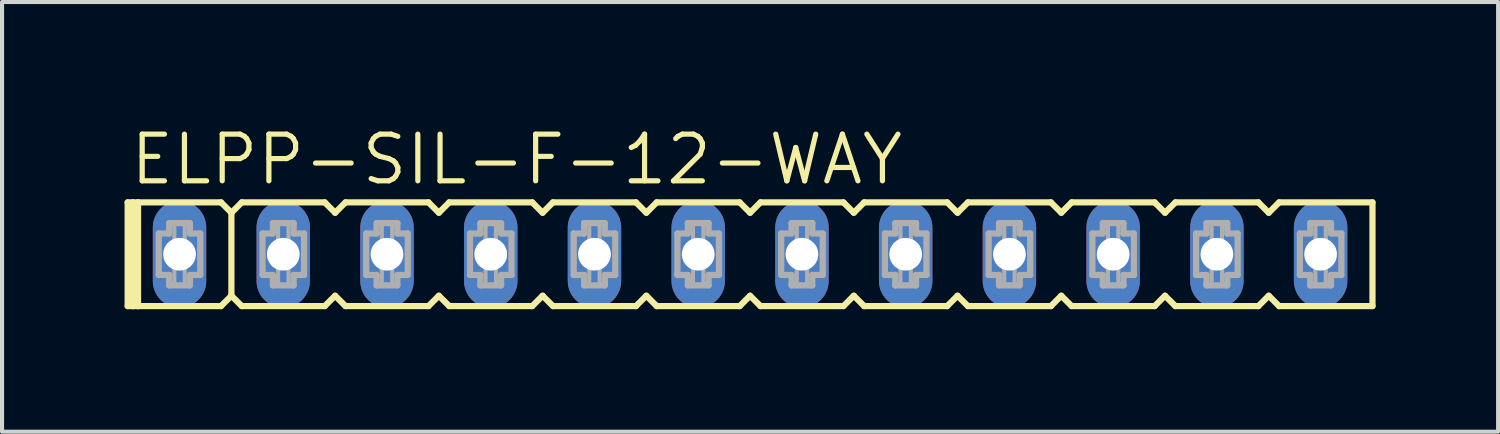
<source format=kicad_pcb>
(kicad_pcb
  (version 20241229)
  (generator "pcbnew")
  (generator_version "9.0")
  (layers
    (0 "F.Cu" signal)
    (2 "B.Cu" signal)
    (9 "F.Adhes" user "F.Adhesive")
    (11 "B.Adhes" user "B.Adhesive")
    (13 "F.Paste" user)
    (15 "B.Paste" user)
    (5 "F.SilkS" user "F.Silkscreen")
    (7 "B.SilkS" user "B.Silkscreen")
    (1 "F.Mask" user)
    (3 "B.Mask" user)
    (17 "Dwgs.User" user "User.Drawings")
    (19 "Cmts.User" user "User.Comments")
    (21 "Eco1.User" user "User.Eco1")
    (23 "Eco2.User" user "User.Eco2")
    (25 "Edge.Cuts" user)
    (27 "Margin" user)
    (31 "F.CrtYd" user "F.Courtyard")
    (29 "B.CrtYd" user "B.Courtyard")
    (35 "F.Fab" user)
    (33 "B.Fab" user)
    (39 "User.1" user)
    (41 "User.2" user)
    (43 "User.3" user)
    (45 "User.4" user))
  (footprint "ELPP-SIL-F-12-WAY"
    (layer "F.Cu")
    (at 15.316 3.175)
    (property "Reference" "ELPP-SIL-F-12-WAY" (at -15.24 -1.651 0) (unlocked yes) (layer "F.SilkS") (effects (font (size 1.143 1.143) (thickness 0.127)) (justify left bottom)))
    (fp_line (start -15.24 -1.27) (end -15.24 1.27) (stroke (width 0.152) (type solid)) (layer "F.SilkS"))
    (fp_line (start -15.24 1.27) (end -15.113 1.27) (stroke (width 0.152) (type solid)) (layer "F.SilkS"))
    (fp_line (start -15.113 -1.27) (end -15.24 -1.27) (stroke (width 0.152) (type solid)) (layer "F.SilkS"))
    (fp_line (start -15.113 -1.27) (end -15.113 1.27) (stroke (width 0.152) (type solid)) (layer "F.SilkS"))
    (fp_line (start -15.113 1.27) (end -14.986 1.27) (stroke (width 0.152) (type solid)) (layer "F.SilkS"))
    (fp_line (start -14.986 -1.27) (end -15.113 -1.27) (stroke (width 0.152) (type solid)) (layer "F.SilkS"))
    (fp_line (start -14.986 -1.27) (end -14.986 1.27) (stroke (width 0.152) (type solid)) (layer "F.SilkS"))
    (fp_line (start -14.986 1.27) (end -12.954 1.27) (stroke (width 0.152) (type solid)) (layer "F.SilkS"))
    (fp_line (start -12.954 -1.27) (end -14.986 -1.27) (stroke (width 0.152) (type solid)) (layer "F.SilkS"))
    (fp_line (start -12.954 1.27) (end -12.7 1.016) (stroke (width 0.152) (type solid)) (layer "F.SilkS"))
    (fp_line (start -12.7 -1.016) (end -12.954 -1.27) (stroke (width 0.152) (type solid)) (layer "F.SilkS"))
    (fp_line (start -12.7 -1.016) (end -12.7 1.016) (stroke (width 0.152) (type solid)) (layer "F.SilkS"))
    (fp_line (start -12.7 1.016) (end -12.446 1.27) (stroke (width 0.152) (type solid)) (layer "F.SilkS"))
    (fp_line (start -12.446 -1.27) (end -12.7 -1.016) (stroke (width 0.152) (type solid)) (layer "F.SilkS"))
    (fp_line (start -12.446 1.27) (end -10.414 1.27) (stroke (width 0.152) (type solid)) (layer "F.SilkS"))
    (fp_line (start -10.414 -1.27) (end -12.446 -1.27) (stroke (width 0.152) (type solid)) (layer "F.SilkS"))
    (fp_line (start -10.414 1.27) (end -10.16 1.016) (stroke (width 0.152) (type solid)) (layer "F.SilkS"))
    (fp_line (start -10.16 -1.016) (end -10.414 -1.27) (stroke (width 0.152) (type solid)) (layer "F.SilkS"))
    (fp_line (start -10.16 1.016) (end -9.906 1.27) (stroke (width 0.152) (type solid)) (layer "F.SilkS"))
    (fp_line (start -9.906 -1.27) (end -10.16 -1.016) (stroke (width 0.152) (type solid)) (layer "F.SilkS"))
    (fp_line (start -9.906 1.27) (end -7.874 1.27) (stroke (width 0.152) (type solid)) (layer "F.SilkS"))
    (fp_line (start -7.874 -1.27) (end -9.906 -1.27) (stroke (width 0.152) (type solid)) (layer "F.SilkS"))
    (fp_line (start -7.874 1.27) (end -7.62 1.016) (stroke (width 0.152) (type solid)) (layer "F.SilkS"))
    (fp_line (start -7.62 -1.016) (end -7.874 -1.27) (stroke (width 0.152) (type solid)) (layer "F.SilkS"))
    (fp_line (start -7.62 1.016) (end -7.366 1.27) (stroke (width 0.152) (type solid)) (layer "F.SilkS"))
    (fp_line (start -7.366 -1.27) (end -7.62 -1.016) (stroke (width 0.152) (type solid)) (layer "F.SilkS"))
    (fp_line (start -7.366 1.27) (end -5.334 1.27) (stroke (width 0.152) (type solid)) (layer "F.SilkS"))
    (fp_line (start -5.334 -1.27) (end -7.366 -1.27) (stroke (width 0.152) (type solid)) (layer "F.SilkS"))
    (fp_line (start -5.334 1.27) (end -5.08 1.016) (stroke (width 0.152) (type solid)) (layer "F.SilkS"))
    (fp_line (start -5.08 -1.016) (end -5.334 -1.27) (stroke (width 0.152) (type solid)) (layer "F.SilkS"))
    (fp_line (start -5.08 1.016) (end -4.826 1.27) (stroke (width 0.152) (type solid)) (layer "F.SilkS"))
    (fp_line (start -4.826 -1.27) (end -5.08 -1.016) (stroke (width 0.152) (type solid)) (layer "F.SilkS"))
    (fp_line (start -4.826 1.27) (end -2.794 1.27) (stroke (width 0.152) (type solid)) (layer "F.SilkS"))
    (fp_line (start -2.794 -1.27) (end -4.826 -1.27) (stroke (width 0.152) (type solid)) (layer "F.SilkS"))
    (fp_line (start -2.794 1.27) (end -2.54 1.016) (stroke (width 0.152) (type solid)) (layer "F.SilkS"))
    (fp_line (start -2.54 -1.016) (end -2.794 -1.27) (stroke (width 0.152) (type solid)) (layer "F.SilkS"))
    (fp_line (start -2.54 1.016) (end -2.286 1.27) (stroke (width 0.152) (type solid)) (layer "F.SilkS"))
    (fp_line (start -2.286 -1.27) (end -2.54 -1.016) (stroke (width 0.152) (type solid)) (layer "F.SilkS"))
    (fp_line (start -2.286 1.27) (end -0.254 1.27) (stroke (width 0.152) (type solid)) (layer "F.SilkS"))
    (fp_line (start -0.254 -1.27) (end -2.286 -1.27) (stroke (width 0.152) (type solid)) (layer "F.SilkS"))
    (fp_line (start -0.254 1.27) (end 0 1.016) (stroke (width 0.152) (type solid)) (layer "F.SilkS"))
    (fp_line (start 0 -1.016) (end -0.254 -1.27) (stroke (width 0.152) (type solid)) (layer "F.SilkS"))
    (fp_line (start 0 1.016) (end 0.254 1.27) (stroke (width 0.152) (type solid)) (layer "F.SilkS"))
    (fp_line (start 0.254 -1.27) (end 0 -1.016) (stroke (width 0.152) (type solid)) (layer "F.SilkS"))
    (fp_line (start 0.254 1.27) (end 2.286 1.27) (stroke (width 0.152) (type solid)) (layer "F.SilkS"))
    (fp_line (start 2.286 -1.27) (end 0.254 -1.27) (stroke (width 0.152) (type solid)) (layer "F.SilkS"))
    (fp_line (start 2.286 1.27) (end 2.54 1.016) (stroke (width 0.152) (type solid)) (layer "F.SilkS"))
    (fp_line (start 2.54 -1.016) (end 2.286 -1.27) (stroke (width 0.152) (type solid)) (layer "F.SilkS"))
    (fp_line (start 2.54 1.016) (end 2.794 1.27) (stroke (width 0.152) (type solid)) (layer "F.SilkS"))
    (fp_line (start 2.794 -1.27) (end 2.54 -1.016) (stroke (width 0.152) (type solid)) (layer "F.SilkS"))
    (fp_line (start 2.794 1.27) (end 4.826 1.27) (stroke (width 0.152) (type solid)) (layer "F.SilkS"))
    (fp_line (start 4.826 -1.27) (end 2.794 -1.27) (stroke (width 0.152) (type solid)) (layer "F.SilkS"))
    (fp_line (start 4.826 1.27) (end 5.08 1.016) (stroke (width 0.152) (type solid)) (layer "F.SilkS"))
    (fp_line (start 5.08 -1.016) (end 4.826 -1.27) (stroke (width 0.152) (type solid)) (layer "F.SilkS"))
    (fp_line (start 5.08 1.016) (end 5.334 1.27) (stroke (width 0.152) (type solid)) (layer "F.SilkS"))
    (fp_line (start 5.334 -1.27) (end 5.08 -1.016) (stroke (width 0.152) (type solid)) (layer "F.SilkS"))
    (fp_line (start 5.334 1.27) (end 7.366 1.27) (stroke (width 0.152) (type solid)) (layer "F.SilkS"))
    (fp_line (start 7.366 -1.27) (end 5.334 -1.27) (stroke (width 0.152) (type solid)) (layer "F.SilkS"))
    (fp_line (start 7.366 1.27) (end 7.62 1.016) (stroke (width 0.152) (type solid)) (layer "F.SilkS"))
    (fp_line (start 7.62 -1.016) (end 7.366 -1.27) (stroke (width 0.152) (type solid)) (layer "F.SilkS"))
    (fp_line (start 7.62 1.016) (end 7.874 1.27) (stroke (width 0.152) (type solid)) (layer "F.SilkS"))
    (fp_line (start 7.874 -1.27) (end 7.62 -1.016) (stroke (width 0.152) (type solid)) (layer "F.SilkS"))
    (fp_line (start 7.874 1.27) (end 9.906 1.27) (stroke (width 0.152) (type solid)) (layer "F.SilkS"))
    (fp_line (start 9.906 -1.27) (end 7.874 -1.27) (stroke (width 0.152) (type solid)) (layer "F.SilkS"))
    (fp_line (start 9.906 1.27) (end 10.16 1.016) (stroke (width 0.152) (type solid)) (layer "F.SilkS"))
    (fp_line (start 10.16 -1.016) (end 9.906 -1.27) (stroke (width 0.152) (type solid)) (layer "F.SilkS"))
    (fp_line (start 10.16 1.016) (end 10.414 1.27) (stroke (width 0.152) (type solid)) (layer "F.SilkS"))
    (fp_line (start 10.414 -1.27) (end 10.16 -1.016) (stroke (width 0.152) (type solid)) (layer "F.SilkS"))
    (fp_line (start 10.414 1.27) (end 12.446 1.27) (stroke (width 0.152) (type solid)) (layer "F.SilkS"))
    (fp_line (start 12.446 -1.27) (end 10.414 -1.27) (stroke (width 0.152) (type solid)) (layer "F.SilkS"))
    (fp_line (start 12.446 1.27) (end 12.7 1.016) (stroke (width 0.152) (type solid)) (layer "F.SilkS"))
    (fp_line (start 12.7 -1.016) (end 12.446 -1.27) (stroke (width 0.152) (type solid)) (layer "F.SilkS"))
    (fp_line (start 12.7 1.016) (end 12.954 1.27) (stroke (width 0.152) (type solid)) (layer "F.SilkS"))
    (fp_line (start 12.954 -1.27) (end 12.7 -1.016) (stroke (width 0.152) (type solid)) (layer "F.SilkS"))
    (fp_line (start 12.954 1.27) (end 15.24 1.27) (stroke (width 0.152) (type solid)) (layer "F.SilkS"))
    (fp_line (start 15.24 -1.27) (end 12.954 -1.27) (stroke (width 0.152) (type solid)) (layer "F.SilkS"))
    (fp_line (start 15.24 1.27) (end 15.24 -1.27) (stroke (width 0.152) (type solid)) (layer "F.SilkS"))
    (fp_line (start -14.478 -0.508) (end -14.478 0.508) (stroke (width 0.152) (type solid)) (layer "F.Fab"))
    (fp_line (start -14.478 0.508) (end -14.224 0.508) (stroke (width 0.152) (type solid)) (layer "F.Fab"))
    (fp_line (start -14.224 -0.762) (end -14.224 -0.508) (stroke (width 0.152) (type solid)) (layer "F.Fab"))
    (fp_line (start -14.224 -0.508) (end -14.478 -0.508) (stroke (width 0.152) (type solid)) (layer "F.Fab"))
    (fp_line (start -14.224 0.508) (end -14.224 0.762) (stroke (width 0.152) (type solid)) (layer "F.Fab"))
    (fp_line (start -14.224 0.762) (end -13.716 0.762) (stroke (width 0.152) (type solid)) (layer "F.Fab"))
    (fp_line (start -13.716 -0.762) (end -14.224 -0.762) (stroke (width 0.152) (type solid)) (layer "F.Fab"))
    (fp_line (start -13.716 -0.508) (end -13.716 -0.762) (stroke (width 0.152) (type solid)) (layer "F.Fab"))
    (fp_line (start -13.716 0.508) (end -13.462 0.508) (stroke (width 0.152) (type solid)) (layer "F.Fab"))
    (fp_line (start -13.716 0.762) (end -13.716 0.508) (stroke (width 0.152) (type solid)) (layer "F.Fab"))
    (fp_line (start -13.462 -0.508) (end -13.716 -0.508) (stroke (width 0.152) (type solid)) (layer "F.Fab"))
    (fp_line (start -13.462 0.508) (end -13.462 -0.508) (stroke (width 0.152) (type solid)) (layer "F.Fab"))
    (fp_line (start -11.938 -0.508) (end -11.938 0.508) (stroke (width 0.152) (type solid)) (layer "F.Fab"))
    (fp_line (start -11.938 0.508) (end -11.684 0.508) (stroke (width 0.152) (type solid)) (layer "F.Fab"))
    (fp_line (start -11.684 -0.762) (end -11.684 -0.508) (stroke (width 0.152) (type solid)) (layer "F.Fab"))
    (fp_line (start -11.684 -0.508) (end -11.938 -0.508) (stroke (width 0.152) (type solid)) (layer "F.Fab"))
    (fp_line (start -11.684 0.508) (end -11.684 0.762) (stroke (width 0.152) (type solid)) (layer "F.Fab"))
    (fp_line (start -11.684 0.762) (end -11.176 0.762) (stroke (width 0.152) (type solid)) (layer "F.Fab"))
    (fp_line (start -11.176 -0.762) (end -11.684 -0.762) (stroke (width 0.152) (type solid)) (layer "F.Fab"))
    (fp_line (start -11.176 -0.508) (end -11.176 -0.762) (stroke (width 0.152) (type solid)) (layer "F.Fab"))
    (fp_line (start -11.176 0.508) (end -10.922 0.508) (stroke (width 0.152) (type solid)) (layer "F.Fab"))
    (fp_line (start -11.176 0.762) (end -11.176 0.508) (stroke (width 0.152) (type solid)) (layer "F.Fab"))
    (fp_line (start -10.922 -0.508) (end -11.176 -0.508) (stroke (width 0.152) (type solid)) (layer "F.Fab"))
    (fp_line (start -10.922 0.508) (end -10.922 -0.508) (stroke (width 0.152) (type solid)) (layer "F.Fab"))
    (fp_line (start -9.398 -0.508) (end -9.398 0.508) (stroke (width 0.152) (type solid)) (layer "F.Fab"))
    (fp_line (start -9.398 0.508) (end -9.144 0.508) (stroke (width 0.152) (type solid)) (layer "F.Fab"))
    (fp_line (start -9.144 -0.762) (end -9.144 -0.508) (stroke (width 0.152) (type solid)) (layer "F.Fab"))
    (fp_line (start -9.144 -0.508) (end -9.398 -0.508) (stroke (width 0.152) (type solid)) (layer "F.Fab"))
    (fp_line (start -9.144 0.508) (end -9.144 0.762) (stroke (width 0.152) (type solid)) (layer "F.Fab"))
    (fp_line (start -9.144 0.762) (end -8.636 0.762) (stroke (width 0.152) (type solid)) (layer "F.Fab"))
    (fp_line (start -8.636 -0.762) (end -9.144 -0.762) (stroke (width 0.152) (type solid)) (layer "F.Fab"))
    (fp_line (start -8.636 -0.508) (end -8.636 -0.762) (stroke (width 0.152) (type solid)) (layer "F.Fab"))
    (fp_line (start -8.636 0.508) (end -8.382 0.508) (stroke (width 0.152) (type solid)) (layer "F.Fab"))
    (fp_line (start -8.636 0.762) (end -8.636 0.508) (stroke (width 0.152) (type solid)) (layer "F.Fab"))
    (fp_line (start -8.382 -0.508) (end -8.636 -0.508) (stroke (width 0.152) (type solid)) (layer "F.Fab"))
    (fp_line (start -8.382 0.508) (end -8.382 -0.508) (stroke (width 0.152) (type solid)) (layer "F.Fab"))
    (fp_line (start -6.858 -0.508) (end -6.858 0.508) (stroke (width 0.152) (type solid)) (layer "F.Fab"))
    (fp_line (start -6.858 0.508) (end -6.604 0.508) (stroke (width 0.152) (type solid)) (layer "F.Fab"))
    (fp_line (start -6.604 -0.762) (end -6.604 -0.508) (stroke (width 0.152) (type solid)) (layer "F.Fab"))
    (fp_line (start -6.604 -0.508) (end -6.858 -0.508) (stroke (width 0.152) (type solid)) (layer "F.Fab"))
    (fp_line (start -6.604 0.508) (end -6.604 0.762) (stroke (width 0.152) (type solid)) (layer "F.Fab"))
    (fp_line (start -6.604 0.762) (end -6.096 0.762) (stroke (width 0.152) (type solid)) (layer "F.Fab"))
    (fp_line (start -6.096 -0.762) (end -6.604 -0.762) (stroke (width 0.152) (type solid)) (layer "F.Fab"))
    (fp_line (start -6.096 -0.508) (end -6.096 -0.762) (stroke (width 0.152) (type solid)) (layer "F.Fab"))
    (fp_line (start -6.096 0.508) (end -5.842 0.508) (stroke (width 0.152) (type solid)) (layer "F.Fab"))
    (fp_line (start -6.096 0.762) (end -6.096 0.508) (stroke (width 0.152) (type solid)) (layer "F.Fab"))
    (fp_line (start -5.842 -0.508) (end -6.096 -0.508) (stroke (width 0.152) (type solid)) (layer "F.Fab"))
    (fp_line (start -5.842 0.508) (end -5.842 -0.508) (stroke (width 0.152) (type solid)) (layer "F.Fab"))
    (fp_line (start -4.318 -0.508) (end -4.318 0.508) (stroke (width 0.152) (type solid)) (layer "F.Fab"))
    (fp_line (start -4.318 0.508) (end -4.064 0.508) (stroke (width 0.152) (type solid)) (layer "F.Fab"))
    (fp_line (start -4.064 -0.762) (end -4.064 -0.508) (stroke (width 0.152) (type solid)) (layer "F.Fab"))
    (fp_line (start -4.064 -0.508) (end -4.318 -0.508) (stroke (width 0.152) (type solid)) (layer "F.Fab"))
    (fp_line (start -4.064 0.508) (end -4.064 0.762) (stroke (width 0.152) (type solid)) (layer "F.Fab"))
    (fp_line (start -4.064 0.762) (end -3.556 0.762) (stroke (width 0.152) (type solid)) (layer "F.Fab"))
    (fp_line (start -3.556 -0.762) (end -4.064 -0.762) (stroke (width 0.152) (type solid)) (layer "F.Fab"))
    (fp_line (start -3.556 -0.508) (end -3.556 -0.762) (stroke (width 0.152) (type solid)) (layer "F.Fab"))
    (fp_line (start -3.556 0.508) (end -3.302 0.508) (stroke (width 0.152) (type solid)) (layer "F.Fab"))
    (fp_line (start -3.556 0.762) (end -3.556 0.508) (stroke (width 0.152) (type solid)) (layer "F.Fab"))
    (fp_line (start -3.302 -0.508) (end -3.556 -0.508) (stroke (width 0.152) (type solid)) (layer "F.Fab"))
    (fp_line (start -3.302 0.508) (end -3.302 -0.508) (stroke (width 0.152) (type solid)) (layer "F.Fab"))
    (fp_line (start -1.778 -0.508) (end -1.778 0.508) (stroke (width 0.152) (type solid)) (layer "F.Fab"))
    (fp_line (start -1.778 0.508) (end -1.524 0.508) (stroke (width 0.152) (type solid)) (layer "F.Fab"))
    (fp_line (start -1.524 -0.762) (end -1.524 -0.508) (stroke (width 0.152) (type solid)) (layer "F.Fab"))
    (fp_line (start -1.524 -0.508) (end -1.778 -0.508) (stroke (width 0.152) (type solid)) (layer "F.Fab"))
    (fp_line (start -1.524 0.508) (end -1.524 0.762) (stroke (width 0.152) (type solid)) (layer "F.Fab"))
    (fp_line (start -1.524 0.762) (end -1.016 0.762) (stroke (width 0.152) (type solid)) (layer "F.Fab"))
    (fp_line (start -1.016 -0.762) (end -1.524 -0.762) (stroke (width 0.152) (type solid)) (layer "F.Fab"))
    (fp_line (start -1.016 -0.508) (end -1.016 -0.762) (stroke (width 0.152) (type solid)) (layer "F.Fab"))
    (fp_line (start -1.016 0.508) (end -0.762 0.508) (stroke (width 0.152) (type solid)) (layer "F.Fab"))
    (fp_line (start -1.016 0.762) (end -1.016 0.508) (stroke (width 0.152) (type solid)) (layer "F.Fab"))
    (fp_line (start -0.762 -0.508) (end -1.016 -0.508) (stroke (width 0.152) (type solid)) (layer "F.Fab"))
    (fp_line (start -0.762 0.508) (end -0.762 -0.508) (stroke (width 0.152) (type solid)) (layer "F.Fab"))
    (fp_line (start 0.762 -0.508) (end 0.762 0.508) (stroke (width 0.152) (type solid)) (layer "F.Fab"))
    (fp_line (start 0.762 0.508) (end 1.016 0.508) (stroke (width 0.152) (type solid)) (layer "F.Fab"))
    (fp_line (start 1.016 -0.762) (end 1.016 -0.508) (stroke (width 0.152) (type solid)) (layer "F.Fab"))
    (fp_line (start 1.016 -0.508) (end 0.762 -0.508) (stroke (width 0.152) (type solid)) (layer "F.Fab"))
    (fp_line (start 1.016 0.508) (end 1.016 0.762) (stroke (width 0.152) (type solid)) (layer "F.Fab"))
    (fp_line (start 1.016 0.762) (end 1.524 0.762) (stroke (width 0.152) (type solid)) (layer "F.Fab"))
    (fp_line (start 1.524 -0.762) (end 1.016 -0.762) (stroke (width 0.152) (type solid)) (layer "F.Fab"))
    (fp_line (start 1.524 -0.508) (end 1.524 -0.762) (stroke (width 0.152) (type solid)) (layer "F.Fab"))
    (fp_line (start 1.524 0.508) (end 1.778 0.508) (stroke (width 0.152) (type solid)) (layer "F.Fab"))
    (fp_line (start 1.524 0.762) (end 1.524 0.508) (stroke (width 0.152) (type solid)) (layer "F.Fab"))
    (fp_line (start 1.778 -0.508) (end 1.524 -0.508) (stroke (width 0.152) (type solid)) (layer "F.Fab"))
    (fp_line (start 1.778 0.508) (end 1.778 -0.508) (stroke (width 0.152) (type solid)) (layer "F.Fab"))
    (fp_line (start 3.302 -0.508) (end 3.302 0.508) (stroke (width 0.152) (type solid)) (layer "F.Fab"))
    (fp_line (start 3.302 0.508) (end 3.556 0.508) (stroke (width 0.152) (type solid)) (layer "F.Fab"))
    (fp_line (start 3.556 -0.762) (end 3.556 -0.508) (stroke (width 0.152) (type solid)) (layer "F.Fab"))
    (fp_line (start 3.556 -0.508) (end 3.302 -0.508) (stroke (width 0.152) (type solid)) (layer "F.Fab"))
    (fp_line (start 3.556 0.508) (end 3.556 0.762) (stroke (width 0.152) (type solid)) (layer "F.Fab"))
    (fp_line (start 3.556 0.762) (end 4.064 0.762) (stroke (width 0.152) (type solid)) (layer "F.Fab"))
    (fp_line (start 4.064 -0.762) (end 3.556 -0.762) (stroke (width 0.152) (type solid)) (layer "F.Fab"))
    (fp_line (start 4.064 -0.508) (end 4.064 -0.762) (stroke (width 0.152) (type solid)) (layer "F.Fab"))
    (fp_line (start 4.064 0.508) (end 4.318 0.508) (stroke (width 0.152) (type solid)) (layer "F.Fab"))
    (fp_line (start 4.064 0.762) (end 4.064 0.508) (stroke (width 0.152) (type solid)) (layer "F.Fab"))
    (fp_line (start 4.318 -0.508) (end 4.064 -0.508) (stroke (width 0.152) (type solid)) (layer "F.Fab"))
    (fp_line (start 4.318 0.508) (end 4.318 -0.508) (stroke (width 0.152) (type solid)) (layer "F.Fab"))
    (fp_line (start 5.842 -0.508) (end 5.842 0.508) (stroke (width 0.152) (type solid)) (layer "F.Fab"))
    (fp_line (start 5.842 0.508) (end 6.096 0.508) (stroke (width 0.152) (type solid)) (layer "F.Fab"))
    (fp_line (start 6.096 -0.762) (end 6.096 -0.508) (stroke (width 0.152) (type solid)) (layer "F.Fab"))
    (fp_line (start 6.096 -0.508) (end 5.842 -0.508) (stroke (width 0.152) (type solid)) (layer "F.Fab"))
    (fp_line (start 6.096 0.508) (end 6.096 0.762) (stroke (width 0.152) (type solid)) (layer "F.Fab"))
    (fp_line (start 6.096 0.762) (end 6.604 0.762) (stroke (width 0.152) (type solid)) (layer "F.Fab"))
    (fp_line (start 6.604 -0.762) (end 6.096 -0.762) (stroke (width 0.152) (type solid)) (layer "F.Fab"))
    (fp_line (start 6.604 -0.508) (end 6.604 -0.762) (stroke (width 0.152) (type solid)) (layer "F.Fab"))
    (fp_line (start 6.604 0.508) (end 6.858 0.508) (stroke (width 0.152) (type solid)) (layer "F.Fab"))
    (fp_line (start 6.604 0.762) (end 6.604 0.508) (stroke (width 0.152) (type solid)) (layer "F.Fab"))
    (fp_line (start 6.858 -0.508) (end 6.604 -0.508) (stroke (width 0.152) (type solid)) (layer "F.Fab"))
    (fp_line (start 6.858 0.508) (end 6.858 -0.508) (stroke (width 0.152) (type solid)) (layer "F.Fab"))
    (fp_line (start 8.382 -0.508) (end 8.382 0.508) (stroke (width 0.152) (type solid)) (layer "F.Fab"))
    (fp_line (start 8.382 0.508) (end 8.636 0.508) (stroke (width 0.152) (type solid)) (layer "F.Fab"))
    (fp_line (start 8.636 -0.762) (end 8.636 -0.508) (stroke (width 0.152) (type solid)) (layer "F.Fab"))
    (fp_line (start 8.636 -0.508) (end 8.382 -0.508) (stroke (width 0.152) (type solid)) (layer "F.Fab"))
    (fp_line (start 8.636 0.508) (end 8.636 0.762) (stroke (width 0.152) (type solid)) (layer "F.Fab"))
    (fp_line (start 8.636 0.762) (end 9.144 0.762) (stroke (width 0.152) (type solid)) (layer "F.Fab"))
    (fp_line (start 9.144 -0.762) (end 8.636 -0.762) (stroke (width 0.152) (type solid)) (layer "F.Fab"))
    (fp_line (start 9.144 -0.508) (end 9.144 -0.762) (stroke (width 0.152) (type solid)) (layer "F.Fab"))
    (fp_line (start 9.144 0.508) (end 9.398 0.508) (stroke (width 0.152) (type solid)) (layer "F.Fab"))
    (fp_line (start 9.144 0.762) (end 9.144 0.508) (stroke (width 0.152) (type solid)) (layer "F.Fab"))
    (fp_line (start 9.398 -0.508) (end 9.144 -0.508) (stroke (width 0.152) (type solid)) (layer "F.Fab"))
    (fp_line (start 9.398 0.508) (end 9.398 -0.508) (stroke (width 0.152) (type solid)) (layer "F.Fab"))
    (fp_line (start 10.922 -0.508) (end 10.922 0.508) (stroke (width 0.152) (type solid)) (layer "F.Fab"))
    (fp_line (start 10.922 0.508) (end 11.176 0.508) (stroke (width 0.152) (type solid)) (layer "F.Fab"))
    (fp_line (start 11.176 -0.762) (end 11.176 -0.508) (stroke (width 0.152) (type solid)) (layer "F.Fab"))
    (fp_line (start 11.176 -0.508) (end 10.922 -0.508) (stroke (width 0.152) (type solid)) (layer "F.Fab"))
    (fp_line (start 11.176 0.508) (end 11.176 0.762) (stroke (width 0.152) (type solid)) (layer "F.Fab"))
    (fp_line (start 11.176 0.762) (end 11.684 0.762) (stroke (width 0.152) (type solid)) (layer "F.Fab"))
    (fp_line (start 11.684 -0.762) (end 11.176 -0.762) (stroke (width 0.152) (type solid)) (layer "F.Fab"))
    (fp_line (start 11.684 -0.508) (end 11.684 -0.762) (stroke (width 0.152) (type solid)) (layer "F.Fab"))
    (fp_line (start 11.684 0.508) (end 11.938 0.508) (stroke (width 0.152) (type solid)) (layer "F.Fab"))
    (fp_line (start 11.684 0.762) (end 11.684 0.508) (stroke (width 0.152) (type solid)) (layer "F.Fab"))
    (fp_line (start 11.938 -0.508) (end 11.684 -0.508) (stroke (width 0.152) (type solid)) (layer "F.Fab"))
    (fp_line (start 11.938 0.508) (end 11.938 -0.508) (stroke (width 0.152) (type solid)) (layer "F.Fab"))
    (fp_line (start 13.462 -0.508) (end 13.462 0.508) (stroke (width 0.152) (type solid)) (layer "F.Fab"))
    (fp_line (start 13.462 0.508) (end 13.716 0.508) (stroke (width 0.152) (type solid)) (layer "F.Fab"))
    (fp_line (start 13.716 -0.762) (end 13.716 -0.508) (stroke (width 0.152) (type solid)) (layer "F.Fab"))
    (fp_line (start 13.716 -0.508) (end 13.462 -0.508) (stroke (width 0.152) (type solid)) (layer "F.Fab"))
    (fp_line (start 13.716 0.508) (end 13.716 0.762) (stroke (width 0.152) (type solid)) (layer "F.Fab"))
    (fp_line (start 13.716 0.762) (end 14.224 0.762) (stroke (width 0.152) (type solid)) (layer "F.Fab"))
    (fp_line (start 14.224 -0.762) (end 13.716 -0.762) (stroke (width 0.152) (type solid)) (layer "F.Fab"))
    (fp_line (start 14.224 -0.508) (end 14.224 -0.762) (stroke (width 0.152) (type solid)) (layer "F.Fab"))
    (fp_line (start 14.224 0.508) (end 14.478 0.508) (stroke (width 0.152) (type solid)) (layer "F.Fab"))
    (fp_line (start 14.224 0.762) (end 14.224 0.508) (stroke (width 0.152) (type solid)) (layer "F.Fab"))
    (fp_line (start 14.478 -0.508) (end 14.224 -0.508) (stroke (width 0.152) (type solid)) (layer "F.Fab"))
    (fp_line (start 14.478 0.508) (end 14.478 -0.508) (stroke (width 0.152) (type solid)) (layer "F.Fab"))
    (fp_poly (pts (xy -14.097 -0.254) (xy -13.843 -0.254) (xy -13.843 -0.762) (xy -14.097 -0.762)) (stroke (width 0.1) (type default)) (fill no) (layer "F.Fab"))
    (fp_poly (pts (xy -14.097 0.762) (xy -13.843 0.762) (xy -13.843 0.254) (xy -14.097 0.254)) (stroke (width 0.1) (type default)) (fill no) (layer "F.Fab"))
    (fp_poly (pts (xy -11.557 -0.254) (xy -11.303 -0.254) (xy -11.303 -0.762) (xy -11.557 -0.762)) (stroke (width 0.1) (type default)) (fill no) (layer "F.Fab"))
    (fp_poly (pts (xy -11.557 0.762) (xy -11.303 0.762) (xy -11.303 0.254) (xy -11.557 0.254)) (stroke (width 0.1) (type default)) (fill no) (layer "F.Fab"))
    (fp_poly (pts (xy -9.017 -0.254) (xy -8.763 -0.254) (xy -8.763 -0.762) (xy -9.017 -0.762)) (stroke (width 0.1) (type default)) (fill no) (layer "F.Fab"))
    (fp_poly (pts (xy -9.017 0.762) (xy -8.763 0.762) (xy -8.763 0.254) (xy -9.017 0.254)) (stroke (width 0.1) (type default)) (fill no) (layer "F.Fab"))
    (fp_poly (pts (xy -6.477 -0.254) (xy -6.223 -0.254) (xy -6.223 -0.762) (xy -6.477 -0.762)) (stroke (width 0.1) (type default)) (fill no) (layer "F.Fab"))
    (fp_poly (pts (xy -6.477 0.762) (xy -6.223 0.762) (xy -6.223 0.254) (xy -6.477 0.254)) (stroke (width 0.1) (type default)) (fill no) (layer "F.Fab"))
    (fp_poly (pts (xy -3.937 -0.254) (xy -3.683 -0.254) (xy -3.683 -0.762) (xy -3.937 -0.762)) (stroke (width 0.1) (type default)) (fill no) (layer "F.Fab"))
    (fp_poly (pts (xy -3.937 0.762) (xy -3.683 0.762) (xy -3.683 0.254) (xy -3.937 0.254)) (stroke (width 0.1) (type default)) (fill no) (layer "F.Fab"))
    (fp_poly (pts (xy -1.397 -0.254) (xy -1.143 -0.254) (xy -1.143 -0.762) (xy -1.397 -0.762)) (stroke (width 0.1) (type default)) (fill no) (layer "F.Fab"))
    (fp_poly (pts (xy -1.397 0.762) (xy -1.143 0.762) (xy -1.143 0.254) (xy -1.397 0.254)) (stroke (width 0.1) (type default)) (fill no) (layer "F.Fab"))
    (fp_poly (pts (xy 1.143 -0.254) (xy 1.397 -0.254) (xy 1.397 -0.762) (xy 1.143 -0.762)) (stroke (width 0.1) (type default)) (fill no) (layer "F.Fab"))
    (fp_poly (pts (xy 1.143 0.762) (xy 1.397 0.762) (xy 1.397 0.254) (xy 1.143 0.254)) (stroke (width 0.1) (type default)) (fill no) (layer "F.Fab"))
    (fp_poly (pts (xy 3.683 -0.254) (xy 3.937 -0.254) (xy 3.937 -0.762) (xy 3.683 -0.762)) (stroke (width 0.1) (type default)) (fill no) (layer "F.Fab"))
    (fp_poly (pts (xy 3.683 0.762) (xy 3.937 0.762) (xy 3.937 0.254) (xy 3.683 0.254)) (stroke (width 0.1) (type default)) (fill no) (layer "F.Fab"))
    (fp_poly (pts (xy 6.223 -0.254) (xy 6.477 -0.254) (xy 6.477 -0.762) (xy 6.223 -0.762)) (stroke (width 0.1) (type default)) (fill no) (layer "F.Fab"))
    (fp_poly (pts (xy 6.223 0.762) (xy 6.477 0.762) (xy 6.477 0.254) (xy 6.223 0.254)) (stroke (width 0.1) (type default)) (fill no) (layer "F.Fab"))
    (fp_poly (pts (xy 8.763 -0.254) (xy 9.017 -0.254) (xy 9.017 -0.762) (xy 8.763 -0.762)) (stroke (width 0.1) (type default)) (fill no) (layer "F.Fab"))
    (fp_poly (pts (xy 8.763 0.762) (xy 9.017 0.762) (xy 9.017 0.254) (xy 8.763 0.254)) (stroke (width 0.1) (type default)) (fill no) (layer "F.Fab"))
    (fp_poly (pts (xy 11.303 -0.254) (xy 11.557 -0.254) (xy 11.557 -0.762) (xy 11.303 -0.762)) (stroke (width 0.1) (type default)) (fill no) (layer "F.Fab"))
    (fp_poly (pts (xy 11.303 0.762) (xy 11.557 0.762) (xy 11.557 0.254) (xy 11.303 0.254)) (stroke (width 0.1) (type default)) (fill no) (layer "F.Fab"))
    (fp_poly (pts (xy 13.843 -0.254) (xy 14.097 -0.254) (xy 14.097 -0.762) (xy 13.843 -0.762)) (stroke (width 0.1) (type default)) (fill no) (layer "F.Fab"))
    (fp_poly (pts (xy 13.843 0.762) (xy 14.097 0.762) (xy 14.097 0.254) (xy 13.843 0.254)) (stroke (width 0.1) (type default)) (fill no) (layer "F.Fab"))
    (pad "1" thru_hole oval (at -13.97 0 90) (size 2.616 1.308) (drill 0.8) (layers "*.Cu" "*.Mask"))
    (pad "2" thru_hole oval (at -11.43 0 90) (size 2.616 1.308) (drill 0.8) (layers "*.Cu" "*.Mask"))
    (pad "3" thru_hole oval (at -8.89 0 90) (size 2.616 1.308) (drill 0.8) (layers "*.Cu" "*.Mask"))
    (pad "4" thru_hole oval (at -6.35 0 90) (size 2.616 1.308) (drill 0.8) (layers "*.Cu" "*.Mask"))
    (pad "5" thru_hole oval (at -3.81 0 90) (size 2.616 1.308) (drill 0.8) (layers "*.Cu" "*.Mask"))
    (pad "6" thru_hole oval (at -1.27 0 90) (size 2.616 1.308) (drill 0.8) (layers "*.Cu" "*.Mask"))
    (pad "7" thru_hole oval (at 1.27 0 90) (size 2.616 1.308) (drill 0.8) (layers "*.Cu" "*.Mask"))
    (pad "8" thru_hole oval (at 3.81 0 90) (size 2.616 1.308) (drill 0.8) (layers "*.Cu" "*.Mask"))
    (pad "9" thru_hole oval (at 6.35 0 90) (size 2.616 1.308) (drill 0.8) (layers "*.Cu" "*.Mask"))
    (pad "10" thru_hole oval (at 8.89 0 90) (size 2.616 1.308) (drill 0.8) (layers "*.Cu" "*.Mask"))
    (pad "11" thru_hole oval (at 11.43 0 90) (size 2.616 1.308) (drill 0.8) (layers "*.Cu" "*.Mask"))
    (pad "12" thru_hole oval (at 13.97 0 90) (size 2.616 1.308) (drill 0.8) (layers "*.Cu" "*.Mask")))
  (gr_rect
    (start -3 -3)
    (end 33.632 7.521)
    (stroke (width 0.1) (type default))
    (fill no)
    (layer "Edge.Cuts")))
</source>
